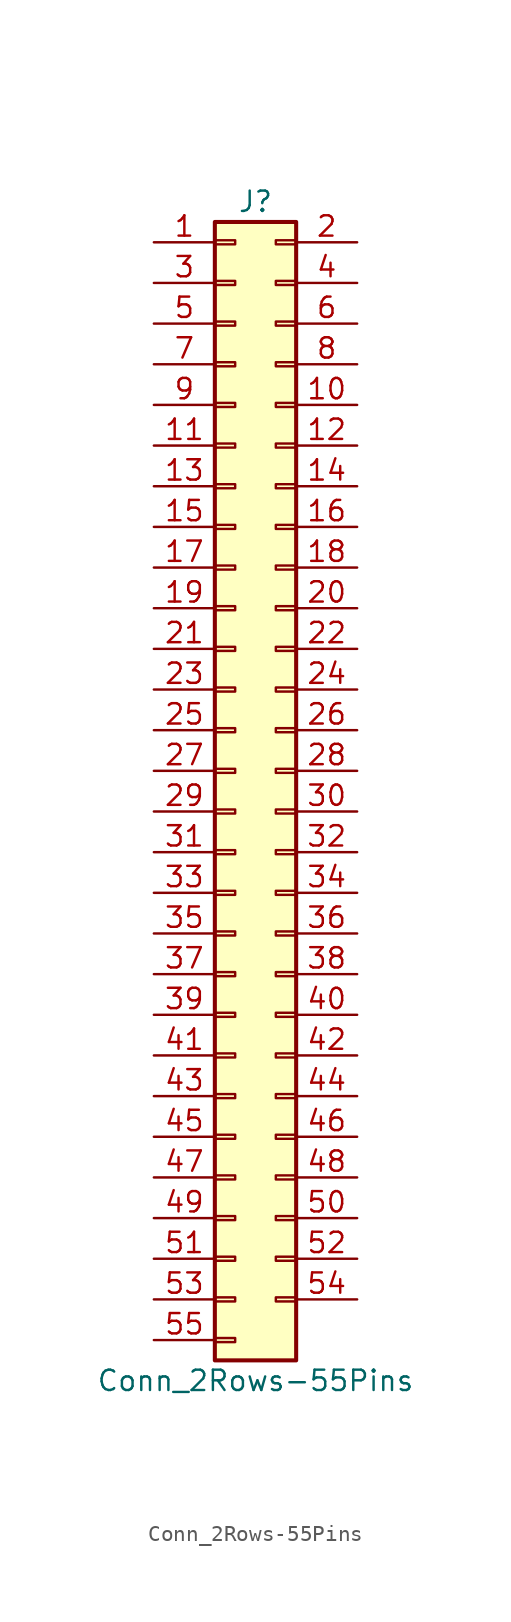
<source format=kicad_sym>
(kicad_symbol_lib
  (version 20220914)
  (generator kicad_symbol_editor)
  (symbol "Conn_2Rows-55Pins"
    (pin_names
      (offset 1.016) hide)
    (property "Reference" "J"
      (at 1.27 35.56 0)
      (effects (font (size 1.27 1.27))))
    (property "Value" "Conn_2Rows-55Pins"
      (at 1.27 -38.1 0)
      (effects (font (size 1.27 1.27))))
    (symbol "Conn_2Rows-55Pins_1_1"
      (rectangle (start -1.27 -35.433) (end 0 -35.687) (stroke (width 0.152) (type solid)) (fill (type none)))
      (rectangle (start -1.27 -32.893) (end 0 -33.147) (stroke (width 0.152) (type solid)) (fill (type none)))
      (rectangle (start -1.27 -30.353) (end 0 -30.607) (stroke (width 0.152) (type solid)) (fill (type none)))
      (rectangle (start -1.27 -27.813) (end 0 -28.067) (stroke (width 0.152) (type solid)) (fill (type none)))
      (rectangle (start -1.27 -25.273) (end 0 -25.527) (stroke (width 0.152) (type solid)) (fill (type none)))
      (rectangle (start -1.27 -22.733) (end 0 -22.987) (stroke (width 0.152) (type solid)) (fill (type none)))
      (rectangle (start -1.27 -20.193) (end 0 -20.447) (stroke (width 0.152) (type solid)) (fill (type none)))
      (rectangle (start -1.27 -17.653) (end 0 -17.907) (stroke (width 0.152) (type solid)) (fill (type none)))
      (rectangle (start -1.27 -15.113) (end 0 -15.367) (stroke (width 0.152) (type solid)) (fill (type none)))
      (rectangle (start -1.27 -12.573) (end 0 -12.827) (stroke (width 0.152) (type solid)) (fill (type none)))
      (rectangle (start -1.27 -10.033) (end 0 -10.287) (stroke (width 0.152) (type solid)) (fill (type none)))
      (rectangle (start -1.27 -7.493) (end 0 -7.747) (stroke (width 0.152) (type solid)) (fill (type none)))
      (rectangle (start -1.27 -4.953) (end 0 -5.207) (stroke (width 0.152) (type solid)) (fill (type none)))
      (rectangle (start -1.27 -2.413) (end 0 -2.667) (stroke (width 0.152) (type solid)) (fill (type none)))
      (rectangle (start -1.27 0.127) (end 0 -0.127) (stroke (width 0.152) (type solid)) (fill (type none)))
      (rectangle (start -1.27 2.667) (end 0 2.413) (stroke (width 0.152) (type solid)) (fill (type none)))
      (rectangle (start -1.27 5.207) (end 0 4.953) (stroke (width 0.152) (type solid)) (fill (type none)))
      (rectangle (start -1.27 7.747) (end 0 7.493) (stroke (width 0.152) (type solid)) (fill (type none)))
      (rectangle (start -1.27 10.287) (end 0 10.033) (stroke (width 0.152) (type solid)) (fill (type none)))
      (rectangle (start -1.27 12.827) (end 0 12.573) (stroke (width 0.152) (type solid)) (fill (type none)))
      (rectangle (start -1.27 15.367) (end 0 15.113) (stroke (width 0.152) (type solid)) (fill (type none)))
      (rectangle (start -1.27 17.907) (end 0 17.653) (stroke (width 0.152) (type solid)) (fill (type none)))
      (rectangle (start -1.27 20.447) (end 0 20.193) (stroke (width 0.152) (type solid)) (fill (type none)))
      (rectangle (start -1.27 22.987) (end 0 22.733) (stroke (width 0.152) (type solid)) (fill (type none)))
      (rectangle (start -1.27 25.527) (end 0 25.273) (stroke (width 0.152) (type solid)) (fill (type none)))
      (rectangle (start -1.27 28.067) (end 0 27.813) (stroke (width 0.152) (type solid)) (fill (type none)))
      (rectangle (start -1.27 30.607) (end 0 30.353) (stroke (width 0.152) (type solid)) (fill (type none)))
      (rectangle (start -1.27 33.147) (end 0 32.893) (stroke (width 0.152) (type solid)) (fill (type none)))
      (rectangle (start -1.27 34.29) (end 3.81 -36.83) (stroke (width 0.254) (type solid)) (fill (type background)))
      (rectangle (start 3.81 -32.893) (end 2.54 -33.147) (stroke (width 0.152) (type solid)) (fill (type none)))
      (rectangle (start 3.81 -30.353) (end 2.54 -30.607) (stroke (width 0.152) (type solid)) (fill (type none)))
      (rectangle (start 3.81 -27.813) (end 2.54 -28.067) (stroke (width 0.152) (type solid)) (fill (type none)))
      (rectangle (start 3.81 -25.273) (end 2.54 -25.527) (stroke (width 0.152) (type solid)) (fill (type none)))
      (rectangle (start 3.81 -22.733) (end 2.54 -22.987) (stroke (width 0.152) (type solid)) (fill (type none)))
      (rectangle (start 3.81 -20.193) (end 2.54 -20.447) (stroke (width 0.152) (type solid)) (fill (type none)))
      (rectangle (start 3.81 -17.653) (end 2.54 -17.907) (stroke (width 0.152) (type solid)) (fill (type none)))
      (rectangle (start 3.81 -15.113) (end 2.54 -15.367) (stroke (width 0.152) (type solid)) (fill (type none)))
      (rectangle (start 3.81 -12.573) (end 2.54 -12.827) (stroke (width 0.152) (type solid)) (fill (type none)))
      (rectangle (start 3.81 -10.033) (end 2.54 -10.287) (stroke (width 0.152) (type solid)) (fill (type none)))
      (rectangle (start 3.81 -7.493) (end 2.54 -7.747) (stroke (width 0.152) (type solid)) (fill (type none)))
      (rectangle (start 3.81 -4.953) (end 2.54 -5.207) (stroke (width 0.152) (type solid)) (fill (type none)))
      (rectangle (start 3.81 -2.413) (end 2.54 -2.667) (stroke (width 0.152) (type solid)) (fill (type none)))
      (rectangle (start 3.81 0.127) (end 2.54 -0.127) (stroke (width 0.152) (type solid)) (fill (type none)))
      (rectangle (start 3.81 2.667) (end 2.54 2.413) (stroke (width 0.152) (type solid)) (fill (type none)))
      (rectangle (start 3.81 5.207) (end 2.54 4.953) (stroke (width 0.152) (type solid)) (fill (type none)))
      (rectangle (start 3.81 7.747) (end 2.54 7.493) (stroke (width 0.152) (type solid)) (fill (type none)))
      (rectangle (start 3.81 10.287) (end 2.54 10.033) (stroke (width 0.152) (type solid)) (fill (type none)))
      (rectangle (start 3.81 12.827) (end 2.54 12.573) (stroke (width 0.152) (type solid)) (fill (type none)))
      (rectangle (start 3.81 15.367) (end 2.54 15.113) (stroke (width 0.152) (type solid)) (fill (type none)))
      (rectangle (start 3.81 17.907) (end 2.54 17.653) (stroke (width 0.152) (type solid)) (fill (type none)))
      (rectangle (start 3.81 20.447) (end 2.54 20.193) (stroke (width 0.152) (type solid)) (fill (type none)))
      (rectangle (start 3.81 22.987) (end 2.54 22.733) (stroke (width 0.152) (type solid)) (fill (type none)))
      (rectangle (start 3.81 25.527) (end 2.54 25.273) (stroke (width 0.152) (type solid)) (fill (type none)))
      (rectangle (start 3.81 28.067) (end 2.54 27.813) (stroke (width 0.152) (type solid)) (fill (type none)))
      (rectangle (start 3.81 30.607) (end 2.54 30.353) (stroke (width 0.152) (type solid)) (fill (type none)))
      (rectangle (start 3.81 33.147) (end 2.54 32.893) (stroke (width 0.152) (type solid)) (fill (type none)))
      (pin passive line (at -5.08 33.02 0) (length 3.81) (name "Pin_1" (effects (font (size 1.27 1.27)))) (number "1" (effects (font (size 1.27 1.27)))))
      (pin passive line (at 7.62 22.86 180) (length 3.81) (name "Pin_10" (effects (font (size 1.27 1.27)))) (number "10" (effects (font (size 1.27 1.27)))))
      (pin passive line (at -5.08 20.32 0) (length 3.81) (name "Pin_11" (effects (font (size 1.27 1.27)))) (number "11" (effects (font (size 1.27 1.27)))))
      (pin passive line (at 7.62 20.32 180) (length 3.81) (name "Pin_12" (effects (font (size 1.27 1.27)))) (number "12" (effects (font (size 1.27 1.27)))))
      (pin passive line (at -5.08 17.78 0) (length 3.81) (name "Pin_13" (effects (font (size 1.27 1.27)))) (number "13" (effects (font (size 1.27 1.27)))))
      (pin passive line (at 7.62 17.78 180) (length 3.81) (name "Pin_14" (effects (font (size 1.27 1.27)))) (number "14" (effects (font (size 1.27 1.27)))))
      (pin passive line (at -5.08 15.24 0) (length 3.81) (name "Pin_15" (effects (font (size 1.27 1.27)))) (number "15" (effects (font (size 1.27 1.27)))))
      (pin passive line (at 7.62 15.24 180) (length 3.81) (name "Pin_16" (effects (font (size 1.27 1.27)))) (number "16" (effects (font (size 1.27 1.27)))))
      (pin passive line (at -5.08 12.7 0) (length 3.81) (name "Pin_17" (effects (font (size 1.27 1.27)))) (number "17" (effects (font (size 1.27 1.27)))))
      (pin passive line (at 7.62 12.7 180) (length 3.81) (name "Pin_18" (effects (font (size 1.27 1.27)))) (number "18" (effects (font (size 1.27 1.27)))))
      (pin passive line (at -5.08 10.16 0) (length 3.81) (name "Pin_19" (effects (font (size 1.27 1.27)))) (number "19" (effects (font (size 1.27 1.27)))))
      (pin passive line (at 7.62 33.02 180) (length 3.81) (name "Pin_2" (effects (font (size 1.27 1.27)))) (number "2" (effects (font (size 1.27 1.27)))))
      (pin passive line (at 7.62 10.16 180) (length 3.81) (name "Pin_20" (effects (font (size 1.27 1.27)))) (number "20" (effects (font (size 1.27 1.27)))))
      (pin passive line (at -5.08 7.62 0) (length 3.81) (name "Pin_21" (effects (font (size 1.27 1.27)))) (number "21" (effects (font (size 1.27 1.27)))))
      (pin passive line (at 7.62 7.62 180) (length 3.81) (name "Pin_22" (effects (font (size 1.27 1.27)))) (number "22" (effects (font (size 1.27 1.27)))))
      (pin passive line (at -5.08 5.08 0) (length 3.81) (name "Pin_23" (effects (font (size 1.27 1.27)))) (number "23" (effects (font (size 1.27 1.27)))))
      (pin passive line (at 7.62 5.08 180) (length 3.81) (name "Pin_24" (effects (font (size 1.27 1.27)))) (number "24" (effects (font (size 1.27 1.27)))))
      (pin passive line (at -5.08 2.54 0) (length 3.81) (name "Pin_25" (effects (font (size 1.27 1.27)))) (number "25" (effects (font (size 1.27 1.27)))))
      (pin passive line (at 7.62 2.54 180) (length 3.81) (name "Pin_26" (effects (font (size 1.27 1.27)))) (number "26" (effects (font (size 1.27 1.27)))))
      (pin passive line (at -5.08 0 0) (length 3.81) (name "Pin_27" (effects (font (size 1.27 1.27)))) (number "27" (effects (font (size 1.27 1.27)))))
      (pin passive line (at 7.62 0 180) (length 3.81) (name "Pin_28" (effects (font (size 1.27 1.27)))) (number "28" (effects (font (size 1.27 1.27)))))
      (pin passive line (at -5.08 -2.54 0) (length 3.81) (name "Pin_29" (effects (font (size 1.27 1.27)))) (number "29" (effects (font (size 1.27 1.27)))))
      (pin passive line (at -5.08 30.48 0) (length 3.81) (name "Pin_3" (effects (font (size 1.27 1.27)))) (number "3" (effects (font (size 1.27 1.27)))))
      (pin passive line (at 7.62 -2.54 180) (length 3.81) (name "Pin_30" (effects (font (size 1.27 1.27)))) (number "30" (effects (font (size 1.27 1.27)))))
      (pin passive line (at -5.08 -5.08 0) (length 3.81) (name "Pin_31" (effects (font (size 1.27 1.27)))) (number "31" (effects (font (size 1.27 1.27)))))
      (pin passive line (at 7.62 -5.08 180) (length 3.81) (name "Pin_32" (effects (font (size 1.27 1.27)))) (number "32" (effects (font (size 1.27 1.27)))))
      (pin passive line (at -5.08 -7.62 0) (length 3.81) (name "Pin_33" (effects (font (size 1.27 1.27)))) (number "33" (effects (font (size 1.27 1.27)))))
      (pin passive line (at 7.62 -7.62 180) (length 3.81) (name "Pin_34" (effects (font (size 1.27 1.27)))) (number "34" (effects (font (size 1.27 1.27)))))
      (pin passive line (at -5.08 -10.16 0) (length 3.81) (name "Pin_35" (effects (font (size 1.27 1.27)))) (number "35" (effects (font (size 1.27 1.27)))))
      (pin passive line (at 7.62 -10.16 180) (length 3.81) (name "Pin_36" (effects (font (size 1.27 1.27)))) (number "36" (effects (font (size 1.27 1.27)))))
      (pin passive line (at -5.08 -12.7 0) (length 3.81) (name "Pin_37" (effects (font (size 1.27 1.27)))) (number "37" (effects (font (size 1.27 1.27)))))
      (pin passive line (at 7.62 -12.7 180) (length 3.81) (name "Pin_38" (effects (font (size 1.27 1.27)))) (number "38" (effects (font (size 1.27 1.27)))))
      (pin passive line (at -5.08 -15.24 0) (length 3.81) (name "Pin_39" (effects (font (size 1.27 1.27)))) (number "39" (effects (font (size 1.27 1.27)))))
      (pin passive line (at 7.62 30.48 180) (length 3.81) (name "Pin_4" (effects (font (size 1.27 1.27)))) (number "4" (effects (font (size 1.27 1.27)))))
      (pin passive line (at 7.62 -15.24 180) (length 3.81) (name "Pin_40" (effects (font (size 1.27 1.27)))) (number "40" (effects (font (size 1.27 1.27)))))
      (pin passive line (at -5.08 -17.78 0) (length 3.81) (name "Pin_41" (effects (font (size 1.27 1.27)))) (number "41" (effects (font (size 1.27 1.27)))))
      (pin passive line (at 7.62 -17.78 180) (length 3.81) (name "Pin_42" (effects (font (size 1.27 1.27)))) (number "42" (effects (font (size 1.27 1.27)))))
      (pin passive line (at -5.08 -20.32 0) (length 3.81) (name "Pin_43" (effects (font (size 1.27 1.27)))) (number "43" (effects (font (size 1.27 1.27)))))
      (pin passive line (at 7.62 -20.32 180) (length 3.81) (name "Pin_44" (effects (font (size 1.27 1.27)))) (number "44" (effects (font (size 1.27 1.27)))))
      (pin passive line (at -5.08 -22.86 0) (length 3.81) (name "Pin_45" (effects (font (size 1.27 1.27)))) (number "45" (effects (font (size 1.27 1.27)))))
      (pin passive line (at 7.62 -22.86 180) (length 3.81) (name "Pin_46" (effects (font (size 1.27 1.27)))) (number "46" (effects (font (size 1.27 1.27)))))
      (pin passive line (at -5.08 -25.4 0) (length 3.81) (name "Pin_47" (effects (font (size 1.27 1.27)))) (number "47" (effects (font (size 1.27 1.27)))))
      (pin passive line (at 7.62 -25.4 180) (length 3.81) (name "Pin_48" (effects (font (size 1.27 1.27)))) (number "48" (effects (font (size 1.27 1.27)))))
      (pin passive line (at -5.08 -27.94 0) (length 3.81) (name "Pin_49" (effects (font (size 1.27 1.27)))) (number "49" (effects (font (size 1.27 1.27)))))
      (pin passive line (at -5.08 27.94 0) (length 3.81) (name "Pin_5" (effects (font (size 1.27 1.27)))) (number "5" (effects (font (size 1.27 1.27)))))
      (pin passive line (at 7.62 -27.94 180) (length 3.81) (name "Pin_50" (effects (font (size 1.27 1.27)))) (number "50" (effects (font (size 1.27 1.27)))))
      (pin passive line (at -5.08 -30.48 0) (length 3.81) (name "Pin_51" (effects (font (size 1.27 1.27)))) (number "51" (effects (font (size 1.27 1.27)))))
      (pin passive line (at 7.62 -30.48 180) (length 3.81) (name "Pin_52" (effects (font (size 1.27 1.27)))) (number "52" (effects (font (size 1.27 1.27)))))
      (pin passive line (at -5.08 -33.02 0) (length 3.81) (name "Pin_53" (effects (font (size 1.27 1.27)))) (number "53" (effects (font (size 1.27 1.27)))))
      (pin passive line (at 7.62 -33.02 180) (length 3.81) (name "Pin_54" (effects (font (size 1.27 1.27)))) (number "54" (effects (font (size 1.27 1.27)))))
      (pin passive line (at -5.08 -35.56 0) (length 3.81) (name "Pin_55" (effects (font (size 1.27 1.27)))) (number "55" (effects (font (size 1.27 1.27)))))
      (pin passive line (at 7.62 27.94 180) (length 3.81) (name "Pin_6" (effects (font (size 1.27 1.27)))) (number "6" (effects (font (size 1.27 1.27)))))
      (pin passive line (at -5.08 25.4 0) (length 3.81) (name "Pin_7" (effects (font (size 1.27 1.27)))) (number "7" (effects (font (size 1.27 1.27)))))
      (pin passive line (at 7.62 25.4 180) (length 3.81) (name "Pin_8" (effects (font (size 1.27 1.27)))) (number "8" (effects (font (size 1.27 1.27)))))
      (pin passive line (at -5.08 22.86 0) (length 3.81) (name "Pin_9" (effects (font (size 1.27 1.27)))) (number "9" (effects (font (size 1.27 1.27))))))))
</source>
